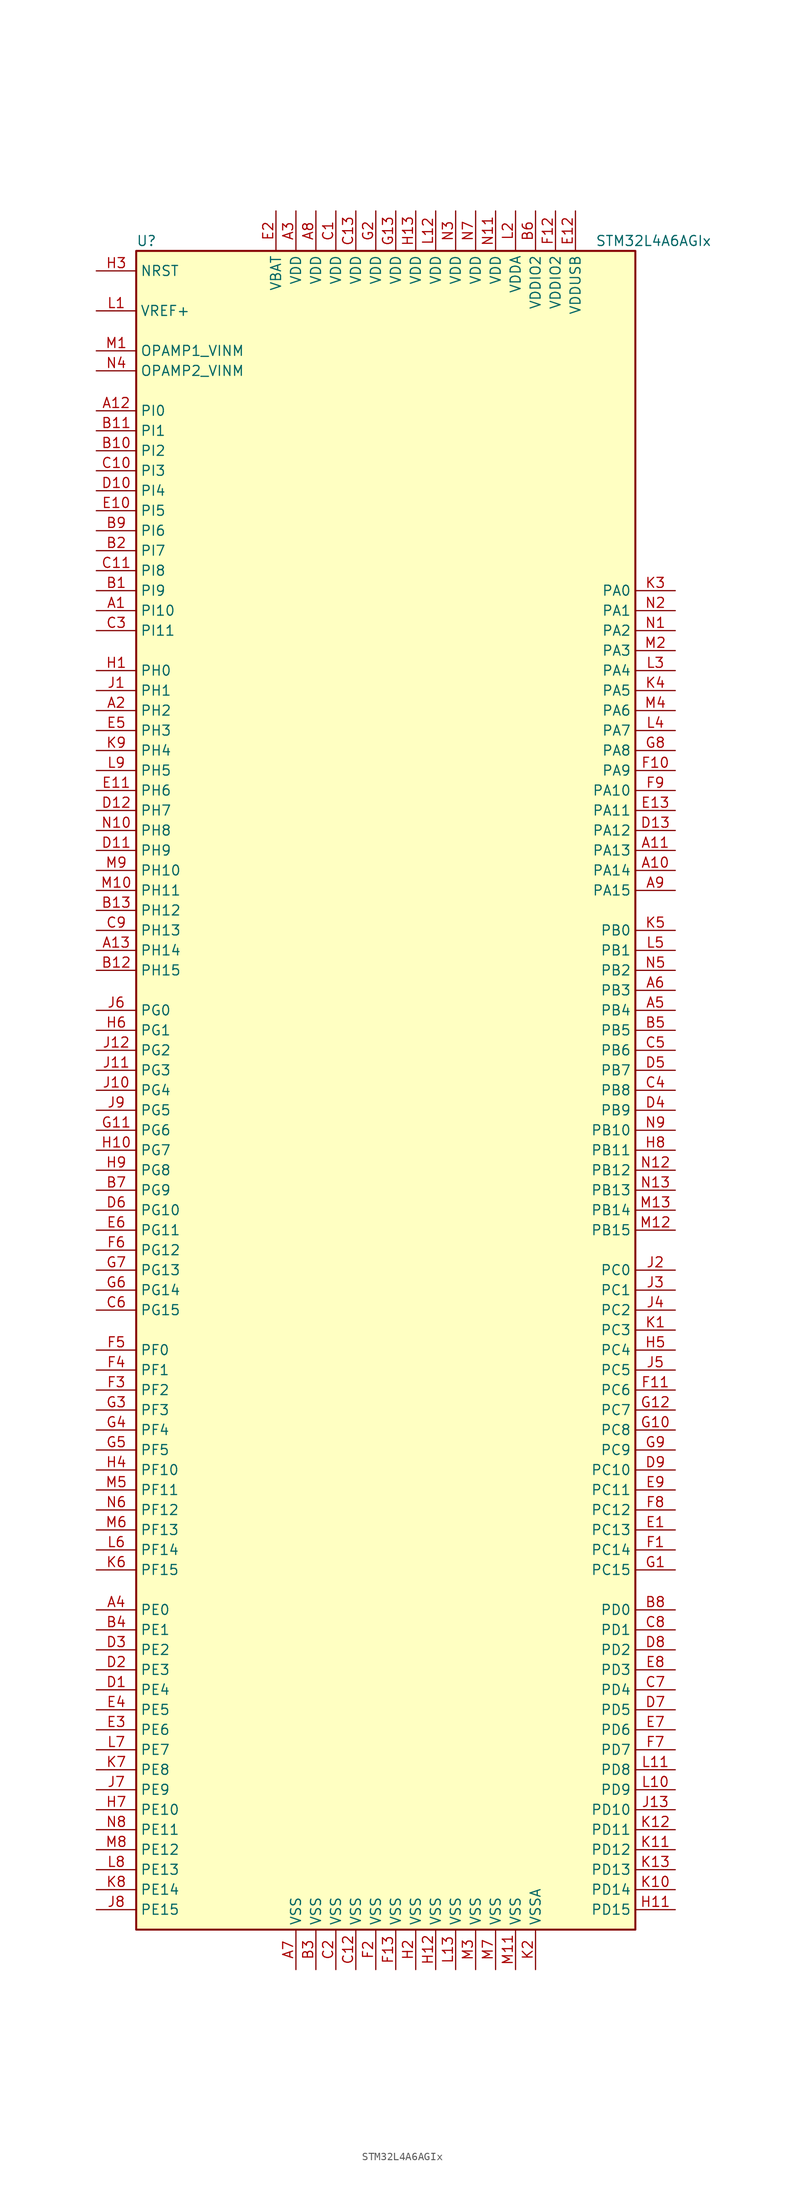
<source format=kicad_sym>
(kicad_symbol_lib
  (version 20201005)
  (generator kicad_symbol_editor)
  (symbol "STM32L4A6AGIx"
    (property "Reference" "U"
      (at -33.02 107.95 0)
      (effects (font (size 1.27 1.27)) (justify left)))
    (property "Value" "STM32L4A6AGIx"
      (at 25.4 107.95 0)
      (effects (font (size 1.27 1.27)) (justify left)))
    (symbol "STM32L4A6AGIx_0_1"
      (rectangle (start -33.02 -106.68) (end 30.48 106.68) (stroke (width 0.254)) (fill (type background))))
    (symbol "STM32L4A6AGIx_1_1"
      (pin bidirectional line (at -38.1 60.96 0) (length 5.08) (name "PI10" (effects (font (size 1.27 1.27)))) (number "A1" (effects (font (size 1.27 1.27)))))
      (pin bidirectional line (at 35.56 27.94 180) (length 5.08) (name "PA14" (effects (font (size 1.27 1.27)))) (number "A10" (effects (font (size 1.27 1.27)))))
      (pin bidirectional line (at 35.56 30.48 180) (length 5.08) (name "PA13" (effects (font (size 1.27 1.27)))) (number "A11" (effects (font (size 1.27 1.27)))))
      (pin bidirectional line (at -38.1 86.36 0) (length 5.08) (name "PI0" (effects (font (size 1.27 1.27)))) (number "A12" (effects (font (size 1.27 1.27)))))
      (pin bidirectional line (at -38.1 17.78 0) (length 5.08) (name "PH14" (effects (font (size 1.27 1.27)))) (number "A13" (effects (font (size 1.27 1.27)))))
      (pin bidirectional line (at -38.1 48.26 0) (length 5.08) (name "PH2" (effects (font (size 1.27 1.27)))) (number "A2" (effects (font (size 1.27 1.27)))))
      (pin power_in line (at -12.7 111.76 270) (length 5.08) (name "VDD" (effects (font (size 1.27 1.27)))) (number "A3" (effects (font (size 1.27 1.27)))))
      (pin bidirectional line (at -38.1 -66.04 0) (length 5.08) (name "PE0" (effects (font (size 1.27 1.27)))) (number "A4" (effects (font (size 1.27 1.27)))))
      (pin bidirectional line (at 35.56 10.16 180) (length 5.08) (name "PB4" (effects (font (size 1.27 1.27)))) (number "A5" (effects (font (size 1.27 1.27)))))
      (pin bidirectional line (at 35.56 12.7 180) (length 5.08) (name "PB3" (effects (font (size 1.27 1.27)))) (number "A6" (effects (font (size 1.27 1.27)))))
      (pin power_in line (at -12.7 -111.76 90) (length 5.08) (name "VSS" (effects (font (size 1.27 1.27)))) (number "A7" (effects (font (size 1.27 1.27)))))
      (pin power_in line (at -10.16 111.76 270) (length 5.08) (name "VDD" (effects (font (size 1.27 1.27)))) (number "A8" (effects (font (size 1.27 1.27)))))
      (pin bidirectional line (at 35.56 25.4 180) (length 5.08) (name "PA15" (effects (font (size 1.27 1.27)))) (number "A9" (effects (font (size 1.27 1.27)))))
      (pin bidirectional line (at -38.1 63.5 0) (length 5.08) (name "PI9" (effects (font (size 1.27 1.27)))) (number "B1" (effects (font (size 1.27 1.27)))))
      (pin bidirectional line (at -38.1 81.28 0) (length 5.08) (name "PI2" (effects (font (size 1.27 1.27)))) (number "B10" (effects (font (size 1.27 1.27)))))
      (pin bidirectional line (at -38.1 83.82 0) (length 5.08) (name "PI1" (effects (font (size 1.27 1.27)))) (number "B11" (effects (font (size 1.27 1.27)))))
      (pin bidirectional line (at -38.1 15.24 0) (length 5.08) (name "PH15" (effects (font (size 1.27 1.27)))) (number "B12" (effects (font (size 1.27 1.27)))))
      (pin bidirectional line (at -38.1 22.86 0) (length 5.08) (name "PH12" (effects (font (size 1.27 1.27)))) (number "B13" (effects (font (size 1.27 1.27)))))
      (pin bidirectional line (at -38.1 68.58 0) (length 5.08) (name "PI7" (effects (font (size 1.27 1.27)))) (number "B2" (effects (font (size 1.27 1.27)))))
      (pin power_in line (at -10.16 -111.76 90) (length 5.08) (name "VSS" (effects (font (size 1.27 1.27)))) (number "B3" (effects (font (size 1.27 1.27)))))
      (pin bidirectional line (at -38.1 -68.58 0) (length 5.08) (name "PE1" (effects (font (size 1.27 1.27)))) (number "B4" (effects (font (size 1.27 1.27)))))
      (pin bidirectional line (at 35.56 7.62 180) (length 5.08) (name "PB5" (effects (font (size 1.27 1.27)))) (number "B5" (effects (font (size 1.27 1.27)))))
      (pin power_in line (at 17.78 111.76 270) (length 5.08) (name "VDDIO2" (effects (font (size 1.27 1.27)))) (number "B6" (effects (font (size 1.27 1.27)))))
      (pin bidirectional line (at -38.1 -12.7 0) (length 5.08) (name "PG9" (effects (font (size 1.27 1.27)))) (number "B7" (effects (font (size 1.27 1.27)))))
      (pin bidirectional line (at 35.56 -66.04 180) (length 5.08) (name "PD0" (effects (font (size 1.27 1.27)))) (number "B8" (effects (font (size 1.27 1.27)))))
      (pin bidirectional line (at -38.1 71.12 0) (length 5.08) (name "PI6" (effects (font (size 1.27 1.27)))) (number "B9" (effects (font (size 1.27 1.27)))))
      (pin power_in line (at -7.62 111.76 270) (length 5.08) (name "VDD" (effects (font (size 1.27 1.27)))) (number "C1" (effects (font (size 1.27 1.27)))))
      (pin bidirectional line (at -38.1 78.74 0) (length 5.08) (name "PI3" (effects (font (size 1.27 1.27)))) (number "C10" (effects (font (size 1.27 1.27)))))
      (pin bidirectional line (at -38.1 66.04 0) (length 5.08) (name "PI8" (effects (font (size 1.27 1.27)))) (number "C11" (effects (font (size 1.27 1.27)))))
      (pin power_in line (at -5.08 -111.76 90) (length 5.08) (name "VSS" (effects (font (size 1.27 1.27)))) (number "C12" (effects (font (size 1.27 1.27)))))
      (pin power_in line (at -5.08 111.76 270) (length 5.08) (name "VDD" (effects (font (size 1.27 1.27)))) (number "C13" (effects (font (size 1.27 1.27)))))
      (pin power_in line (at -7.62 -111.76 90) (length 5.08) (name "VSS" (effects (font (size 1.27 1.27)))) (number "C2" (effects (font (size 1.27 1.27)))))
      (pin bidirectional line (at -38.1 58.42 0) (length 5.08) (name "PI11" (effects (font (size 1.27 1.27)))) (number "C3" (effects (font (size 1.27 1.27)))))
      (pin bidirectional line (at 35.56 0 180) (length 5.08) (name "PB8" (effects (font (size 1.27 1.27)))) (number "C4" (effects (font (size 1.27 1.27)))))
      (pin bidirectional line (at 35.56 5.08 180) (length 5.08) (name "PB6" (effects (font (size 1.27 1.27)))) (number "C5" (effects (font (size 1.27 1.27)))))
      (pin bidirectional line (at -38.1 -27.94 0) (length 5.08) (name "PG15" (effects (font (size 1.27 1.27)))) (number "C6" (effects (font (size 1.27 1.27)))))
      (pin bidirectional line (at 35.56 -76.2 180) (length 5.08) (name "PD4" (effects (font (size 1.27 1.27)))) (number "C7" (effects (font (size 1.27 1.27)))))
      (pin bidirectional line (at 35.56 -68.58 180) (length 5.08) (name "PD1" (effects (font (size 1.27 1.27)))) (number "C8" (effects (font (size 1.27 1.27)))))
      (pin bidirectional line (at -38.1 20.32 0) (length 5.08) (name "PH13" (effects (font (size 1.27 1.27)))) (number "C9" (effects (font (size 1.27 1.27)))))
      (pin bidirectional line (at -38.1 -76.2 0) (length 5.08) (name "PE4" (effects (font (size 1.27 1.27)))) (number "D1" (effects (font (size 1.27 1.27)))))
      (pin bidirectional line (at -38.1 76.2 0) (length 5.08) (name "PI4" (effects (font (size 1.27 1.27)))) (number "D10" (effects (font (size 1.27 1.27)))))
      (pin bidirectional line (at -38.1 30.48 0) (length 5.08) (name "PH9" (effects (font (size 1.27 1.27)))) (number "D11" (effects (font (size 1.27 1.27)))))
      (pin bidirectional line (at -38.1 35.56 0) (length 5.08) (name "PH7" (effects (font (size 1.27 1.27)))) (number "D12" (effects (font (size 1.27 1.27)))))
      (pin bidirectional line (at 35.56 33.02 180) (length 5.08) (name "PA12" (effects (font (size 1.27 1.27)))) (number "D13" (effects (font (size 1.27 1.27)))))
      (pin bidirectional line (at -38.1 -73.66 0) (length 5.08) (name "PE3" (effects (font (size 1.27 1.27)))) (number "D2" (effects (font (size 1.27 1.27)))))
      (pin bidirectional line (at -38.1 -71.12 0) (length 5.08) (name "PE2" (effects (font (size 1.27 1.27)))) (number "D3" (effects (font (size 1.27 1.27)))))
      (pin bidirectional line (at 35.56 -2.54 180) (length 5.08) (name "PB9" (effects (font (size 1.27 1.27)))) (number "D4" (effects (font (size 1.27 1.27)))))
      (pin bidirectional line (at 35.56 2.54 180) (length 5.08) (name "PB7" (effects (font (size 1.27 1.27)))) (number "D5" (effects (font (size 1.27 1.27)))))
      (pin bidirectional line (at -38.1 -15.24 0) (length 5.08) (name "PG10" (effects (font (size 1.27 1.27)))) (number "D6" (effects (font (size 1.27 1.27)))))
      (pin bidirectional line (at 35.56 -78.74 180) (length 5.08) (name "PD5" (effects (font (size 1.27 1.27)))) (number "D7" (effects (font (size 1.27 1.27)))))
      (pin bidirectional line (at 35.56 -71.12 180) (length 5.08) (name "PD2" (effects (font (size 1.27 1.27)))) (number "D8" (effects (font (size 1.27 1.27)))))
      (pin bidirectional line (at 35.56 -48.26 180) (length 5.08) (name "PC10" (effects (font (size 1.27 1.27)))) (number "D9" (effects (font (size 1.27 1.27)))))
      (pin bidirectional line (at 35.56 -55.88 180) (length 5.08) (name "PC13" (effects (font (size 1.27 1.27)))) (number "E1" (effects (font (size 1.27 1.27)))))
      (pin bidirectional line (at -38.1 73.66 0) (length 5.08) (name "PI5" (effects (font (size 1.27 1.27)))) (number "E10" (effects (font (size 1.27 1.27)))))
      (pin bidirectional line (at -38.1 38.1 0) (length 5.08) (name "PH6" (effects (font (size 1.27 1.27)))) (number "E11" (effects (font (size 1.27 1.27)))))
      (pin power_in line (at 22.86 111.76 270) (length 5.08) (name "VDDUSB" (effects (font (size 1.27 1.27)))) (number "E12" (effects (font (size 1.27 1.27)))))
      (pin bidirectional line (at 35.56 35.56 180) (length 5.08) (name "PA11" (effects (font (size 1.27 1.27)))) (number "E13" (effects (font (size 1.27 1.27)))))
      (pin power_in line (at -15.24 111.76 270) (length 5.08) (name "VBAT" (effects (font (size 1.27 1.27)))) (number "E2" (effects (font (size 1.27 1.27)))))
      (pin bidirectional line (at -38.1 -81.28 0) (length 5.08) (name "PE6" (effects (font (size 1.27 1.27)))) (number "E3" (effects (font (size 1.27 1.27)))))
      (pin bidirectional line (at -38.1 -78.74 0) (length 5.08) (name "PE5" (effects (font (size 1.27 1.27)))) (number "E4" (effects (font (size 1.27 1.27)))))
      (pin bidirectional line (at -38.1 45.72 0) (length 5.08) (name "PH3" (effects (font (size 1.27 1.27)))) (number "E5" (effects (font (size 1.27 1.27)))))
      (pin bidirectional line (at -38.1 -17.78 0) (length 5.08) (name "PG11" (effects (font (size 1.27 1.27)))) (number "E6" (effects (font (size 1.27 1.27)))))
      (pin bidirectional line (at 35.56 -81.28 180) (length 5.08) (name "PD6" (effects (font (size 1.27 1.27)))) (number "E7" (effects (font (size 1.27 1.27)))))
      (pin bidirectional line (at 35.56 -73.66 180) (length 5.08) (name "PD3" (effects (font (size 1.27 1.27)))) (number "E8" (effects (font (size 1.27 1.27)))))
      (pin bidirectional line (at 35.56 -50.8 180) (length 5.08) (name "PC11" (effects (font (size 1.27 1.27)))) (number "E9" (effects (font (size 1.27 1.27)))))
      (pin bidirectional line (at 35.56 -58.42 180) (length 5.08) (name "PC14" (effects (font (size 1.27 1.27)))) (number "F1" (effects (font (size 1.27 1.27)))))
      (pin bidirectional line (at 35.56 40.64 180) (length 5.08) (name "PA9" (effects (font (size 1.27 1.27)))) (number "F10" (effects (font (size 1.27 1.27)))))
      (pin bidirectional line (at 35.56 -38.1 180) (length 5.08) (name "PC6" (effects (font (size 1.27 1.27)))) (number "F11" (effects (font (size 1.27 1.27)))))
      (pin power_in line (at 20.32 111.76 270) (length 5.08) (name "VDDIO2" (effects (font (size 1.27 1.27)))) (number "F12" (effects (font (size 1.27 1.27)))))
      (pin power_in line (at 0 -111.76 90) (length 5.08) (name "VSS" (effects (font (size 1.27 1.27)))) (number "F13" (effects (font (size 1.27 1.27)))))
      (pin power_in line (at -2.54 -111.76 90) (length 5.08) (name "VSS" (effects (font (size 1.27 1.27)))) (number "F2" (effects (font (size 1.27 1.27)))))
      (pin bidirectional line (at -38.1 -38.1 0) (length 5.08) (name "PF2" (effects (font (size 1.27 1.27)))) (number "F3" (effects (font (size 1.27 1.27)))))
      (pin bidirectional line (at -38.1 -35.56 0) (length 5.08) (name "PF1" (effects (font (size 1.27 1.27)))) (number "F4" (effects (font (size 1.27 1.27)))))
      (pin bidirectional line (at -38.1 -33.02 0) (length 5.08) (name "PF0" (effects (font (size 1.27 1.27)))) (number "F5" (effects (font (size 1.27 1.27)))))
      (pin bidirectional line (at -38.1 -20.32 0) (length 5.08) (name "PG12" (effects (font (size 1.27 1.27)))) (number "F6" (effects (font (size 1.27 1.27)))))
      (pin bidirectional line (at 35.56 -83.82 180) (length 5.08) (name "PD7" (effects (font (size 1.27 1.27)))) (number "F7" (effects (font (size 1.27 1.27)))))
      (pin bidirectional line (at 35.56 -53.34 180) (length 5.08) (name "PC12" (effects (font (size 1.27 1.27)))) (number "F8" (effects (font (size 1.27 1.27)))))
      (pin bidirectional line (at 35.56 38.1 180) (length 5.08) (name "PA10" (effects (font (size 1.27 1.27)))) (number "F9" (effects (font (size 1.27 1.27)))))
      (pin bidirectional line (at 35.56 -60.96 180) (length 5.08) (name "PC15" (effects (font (size 1.27 1.27)))) (number "G1" (effects (font (size 1.27 1.27)))))
      (pin bidirectional line (at 35.56 -43.18 180) (length 5.08) (name "PC8" (effects (font (size 1.27 1.27)))) (number "G10" (effects (font (size 1.27 1.27)))))
      (pin bidirectional line (at -38.1 -5.08 0) (length 5.08) (name "PG6" (effects (font (size 1.27 1.27)))) (number "G11" (effects (font (size 1.27 1.27)))))
      (pin bidirectional line (at 35.56 -40.64 180) (length 5.08) (name "PC7" (effects (font (size 1.27 1.27)))) (number "G12" (effects (font (size 1.27 1.27)))))
      (pin power_in line (at 0 111.76 270) (length 5.08) (name "VDD" (effects (font (size 1.27 1.27)))) (number "G13" (effects (font (size 1.27 1.27)))))
      (pin power_in line (at -2.54 111.76 270) (length 5.08) (name "VDD" (effects (font (size 1.27 1.27)))) (number "G2" (effects (font (size 1.27 1.27)))))
      (pin bidirectional line (at -38.1 -40.64 0) (length 5.08) (name "PF3" (effects (font (size 1.27 1.27)))) (number "G3" (effects (font (size 1.27 1.27)))))
      (pin bidirectional line (at -38.1 -43.18 0) (length 5.08) (name "PF4" (effects (font (size 1.27 1.27)))) (number "G4" (effects (font (size 1.27 1.27)))))
      (pin bidirectional line (at -38.1 -45.72 0) (length 5.08) (name "PF5" (effects (font (size 1.27 1.27)))) (number "G5" (effects (font (size 1.27 1.27)))))
      (pin bidirectional line (at -38.1 -25.4 0) (length 5.08) (name "PG14" (effects (font (size 1.27 1.27)))) (number "G6" (effects (font (size 1.27 1.27)))))
      (pin bidirectional line (at -38.1 -22.86 0) (length 5.08) (name "PG13" (effects (font (size 1.27 1.27)))) (number "G7" (effects (font (size 1.27 1.27)))))
      (pin bidirectional line (at 35.56 43.18 180) (length 5.08) (name "PA8" (effects (font (size 1.27 1.27)))) (number "G8" (effects (font (size 1.27 1.27)))))
      (pin bidirectional line (at 35.56 -45.72 180) (length 5.08) (name "PC9" (effects (font (size 1.27 1.27)))) (number "G9" (effects (font (size 1.27 1.27)))))
      (pin input line (at -38.1 53.34 0) (length 5.08) (name "PH0" (effects (font (size 1.27 1.27)))) (number "H1" (effects (font (size 1.27 1.27)))))
      (pin bidirectional line (at -38.1 -7.62 0) (length 5.08) (name "PG7" (effects (font (size 1.27 1.27)))) (number "H10" (effects (font (size 1.27 1.27)))))
      (pin bidirectional line (at 35.56 -104.14 180) (length 5.08) (name "PD15" (effects (font (size 1.27 1.27)))) (number "H11" (effects (font (size 1.27 1.27)))))
      (pin power_in line (at 5.08 -111.76 90) (length 5.08) (name "VSS" (effects (font (size 1.27 1.27)))) (number "H12" (effects (font (size 1.27 1.27)))))
      (pin power_in line (at 2.54 111.76 270) (length 5.08) (name "VDD" (effects (font (size 1.27 1.27)))) (number "H13" (effects (font (size 1.27 1.27)))))
      (pin power_in line (at 2.54 -111.76 90) (length 5.08) (name "VSS" (effects (font (size 1.27 1.27)))) (number "H2" (effects (font (size 1.27 1.27)))))
      (pin input line (at -38.1 104.14 0) (length 5.08) (name "NRST" (effects (font (size 1.27 1.27)))) (number "H3" (effects (font (size 1.27 1.27)))))
      (pin bidirectional line (at -38.1 -48.26 0) (length 5.08) (name "PF10" (effects (font (size 1.27 1.27)))) (number "H4" (effects (font (size 1.27 1.27)))))
      (pin bidirectional line (at 35.56 -33.02 180) (length 5.08) (name "PC4" (effects (font (size 1.27 1.27)))) (number "H5" (effects (font (size 1.27 1.27)))))
      (pin bidirectional line (at -38.1 7.62 0) (length 5.08) (name "PG1" (effects (font (size 1.27 1.27)))) (number "H6" (effects (font (size 1.27 1.27)))))
      (pin bidirectional line (at -38.1 -91.44 0) (length 5.08) (name "PE10" (effects (font (size 1.27 1.27)))) (number "H7" (effects (font (size 1.27 1.27)))))
      (pin bidirectional line (at 35.56 -7.62 180) (length 5.08) (name "PB11" (effects (font (size 1.27 1.27)))) (number "H8" (effects (font (size 1.27 1.27)))))
      (pin bidirectional line (at -38.1 -10.16 0) (length 5.08) (name "PG8" (effects (font (size 1.27 1.27)))) (number "H9" (effects (font (size 1.27 1.27)))))
      (pin input line (at -38.1 50.8 0) (length 5.08) (name "PH1" (effects (font (size 1.27 1.27)))) (number "J1" (effects (font (size 1.27 1.27)))))
      (pin bidirectional line (at -38.1 0 0) (length 5.08) (name "PG4" (effects (font (size 1.27 1.27)))) (number "J10" (effects (font (size 1.27 1.27)))))
      (pin bidirectional line (at -38.1 2.54 0) (length 5.08) (name "PG3" (effects (font (size 1.27 1.27)))) (number "J11" (effects (font (size 1.27 1.27)))))
      (pin bidirectional line (at -38.1 5.08 0) (length 5.08) (name "PG2" (effects (font (size 1.27 1.27)))) (number "J12" (effects (font (size 1.27 1.27)))))
      (pin bidirectional line (at 35.56 -91.44 180) (length 5.08) (name "PD10" (effects (font (size 1.27 1.27)))) (number "J13" (effects (font (size 1.27 1.27)))))
      (pin bidirectional line (at 35.56 -22.86 180) (length 5.08) (name "PC0" (effects (font (size 1.27 1.27)))) (number "J2" (effects (font (size 1.27 1.27)))))
      (pin bidirectional line (at 35.56 -25.4 180) (length 5.08) (name "PC1" (effects (font (size 1.27 1.27)))) (number "J3" (effects (font (size 1.27 1.27)))))
      (pin bidirectional line (at 35.56 -27.94 180) (length 5.08) (name "PC2" (effects (font (size 1.27 1.27)))) (number "J4" (effects (font (size 1.27 1.27)))))
      (pin bidirectional line (at 35.56 -35.56 180) (length 5.08) (name "PC5" (effects (font (size 1.27 1.27)))) (number "J5" (effects (font (size 1.27 1.27)))))
      (pin bidirectional line (at -38.1 10.16 0) (length 5.08) (name "PG0" (effects (font (size 1.27 1.27)))) (number "J6" (effects (font (size 1.27 1.27)))))
      (pin bidirectional line (at -38.1 -88.9 0) (length 5.08) (name "PE9" (effects (font (size 1.27 1.27)))) (number "J7" (effects (font (size 1.27 1.27)))))
      (pin bidirectional line (at -38.1 -104.14 0) (length 5.08) (name "PE15" (effects (font (size 1.27 1.27)))) (number "J8" (effects (font (size 1.27 1.27)))))
      (pin bidirectional line (at -38.1 -2.54 0) (length 5.08) (name "PG5" (effects (font (size 1.27 1.27)))) (number "J9" (effects (font (size 1.27 1.27)))))
      (pin bidirectional line (at 35.56 -30.48 180) (length 5.08) (name "PC3" (effects (font (size 1.27 1.27)))) (number "K1" (effects (font (size 1.27 1.27)))))
      (pin bidirectional line (at 35.56 -101.6 180) (length 5.08) (name "PD14" (effects (font (size 1.27 1.27)))) (number "K10" (effects (font (size 1.27 1.27)))))
      (pin bidirectional line (at 35.56 -96.52 180) (length 5.08) (name "PD12" (effects (font (size 1.27 1.27)))) (number "K11" (effects (font (size 1.27 1.27)))))
      (pin bidirectional line (at 35.56 -93.98 180) (length 5.08) (name "PD11" (effects (font (size 1.27 1.27)))) (number "K12" (effects (font (size 1.27 1.27)))))
      (pin bidirectional line (at 35.56 -99.06 180) (length 5.08) (name "PD13" (effects (font (size 1.27 1.27)))) (number "K13" (effects (font (size 1.27 1.27)))))
      (pin power_in line (at 17.78 -111.76 90) (length 5.08) (name "VSSA" (effects (font (size 1.27 1.27)))) (number "K2" (effects (font (size 1.27 1.27)))))
      (pin bidirectional line (at 35.56 63.5 180) (length 5.08) (name "PA0" (effects (font (size 1.27 1.27)))) (number "K3" (effects (font (size 1.27 1.27)))))
      (pin bidirectional line (at 35.56 50.8 180) (length 5.08) (name "PA5" (effects (font (size 1.27 1.27)))) (number "K4" (effects (font (size 1.27 1.27)))))
      (pin bidirectional line (at 35.56 20.32 180) (length 5.08) (name "PB0" (effects (font (size 1.27 1.27)))) (number "K5" (effects (font (size 1.27 1.27)))))
      (pin bidirectional line (at -38.1 -60.96 0) (length 5.08) (name "PF15" (effects (font (size 1.27 1.27)))) (number "K6" (effects (font (size 1.27 1.27)))))
      (pin bidirectional line (at -38.1 -86.36 0) (length 5.08) (name "PE8" (effects (font (size 1.27 1.27)))) (number "K7" (effects (font (size 1.27 1.27)))))
      (pin bidirectional line (at -38.1 -101.6 0) (length 5.08) (name "PE14" (effects (font (size 1.27 1.27)))) (number "K8" (effects (font (size 1.27 1.27)))))
      (pin bidirectional line (at -38.1 43.18 0) (length 5.08) (name "PH4" (effects (font (size 1.27 1.27)))) (number "K9" (effects (font (size 1.27 1.27)))))
      (pin bidirectional line (at -38.1 99.06 0) (length 5.08) (name "VREF+" (effects (font (size 1.27 1.27)))) (number "L1" (effects (font (size 1.27 1.27)))))
      (pin bidirectional line (at 35.56 -88.9 180) (length 5.08) (name "PD9" (effects (font (size 1.27 1.27)))) (number "L10" (effects (font (size 1.27 1.27)))))
      (pin bidirectional line (at 35.56 -86.36 180) (length 5.08) (name "PD8" (effects (font (size 1.27 1.27)))) (number "L11" (effects (font (size 1.27 1.27)))))
      (pin power_in line (at 5.08 111.76 270) (length 5.08) (name "VDD" (effects (font (size 1.27 1.27)))) (number "L12" (effects (font (size 1.27 1.27)))))
      (pin power_in line (at 7.62 -111.76 90) (length 5.08) (name "VSS" (effects (font (size 1.27 1.27)))) (number "L13" (effects (font (size 1.27 1.27)))))
      (pin power_in line (at 15.24 111.76 270) (length 5.08) (name "VDDA" (effects (font (size 1.27 1.27)))) (number "L2" (effects (font (size 1.27 1.27)))))
      (pin bidirectional line (at 35.56 53.34 180) (length 5.08) (name "PA4" (effects (font (size 1.27 1.27)))) (number "L3" (effects (font (size 1.27 1.27)))))
      (pin bidirectional line (at 35.56 45.72 180) (length 5.08) (name "PA7" (effects (font (size 1.27 1.27)))) (number "L4" (effects (font (size 1.27 1.27)))))
      (pin bidirectional line (at 35.56 17.78 180) (length 5.08) (name "PB1" (effects (font (size 1.27 1.27)))) (number "L5" (effects (font (size 1.27 1.27)))))
      (pin bidirectional line (at -38.1 -58.42 0) (length 5.08) (name "PF14" (effects (font (size 1.27 1.27)))) (number "L6" (effects (font (size 1.27 1.27)))))
      (pin bidirectional line (at -38.1 -83.82 0) (length 5.08) (name "PE7" (effects (font (size 1.27 1.27)))) (number "L7" (effects (font (size 1.27 1.27)))))
      (pin bidirectional line (at -38.1 -99.06 0) (length 5.08) (name "PE13" (effects (font (size 1.27 1.27)))) (number "L8" (effects (font (size 1.27 1.27)))))
      (pin bidirectional line (at -38.1 40.64 0) (length 5.08) (name "PH5" (effects (font (size 1.27 1.27)))) (number "L9" (effects (font (size 1.27 1.27)))))
      (pin bidirectional line (at -38.1 93.98 0) (length 5.08) (name "OPAMP1_VINM" (effects (font (size 1.27 1.27)))) (number "M1" (effects (font (size 1.27 1.27)))))
      (pin bidirectional line (at -38.1 25.4 0) (length 5.08) (name "PH11" (effects (font (size 1.27 1.27)))) (number "M10" (effects (font (size 1.27 1.27)))))
      (pin power_in line (at 15.24 -111.76 90) (length 5.08) (name "VSS" (effects (font (size 1.27 1.27)))) (number "M11" (effects (font (size 1.27 1.27)))))
      (pin bidirectional line (at 35.56 -17.78 180) (length 5.08) (name "PB15" (effects (font (size 1.27 1.27)))) (number "M12" (effects (font (size 1.27 1.27)))))
      (pin bidirectional line (at 35.56 -15.24 180) (length 5.08) (name "PB14" (effects (font (size 1.27 1.27)))) (number "M13" (effects (font (size 1.27 1.27)))))
      (pin bidirectional line (at 35.56 55.88 180) (length 5.08) (name "PA3" (effects (font (size 1.27 1.27)))) (number "M2" (effects (font (size 1.27 1.27)))))
      (pin power_in line (at 10.16 -111.76 90) (length 5.08) (name "VSS" (effects (font (size 1.27 1.27)))) (number "M3" (effects (font (size 1.27 1.27)))))
      (pin bidirectional line (at 35.56 48.26 180) (length 5.08) (name "PA6" (effects (font (size 1.27 1.27)))) (number "M4" (effects (font (size 1.27 1.27)))))
      (pin bidirectional line (at -38.1 -50.8 0) (length 5.08) (name "PF11" (effects (font (size 1.27 1.27)))) (number "M5" (effects (font (size 1.27 1.27)))))
      (pin bidirectional line (at -38.1 -55.88 0) (length 5.08) (name "PF13" (effects (font (size 1.27 1.27)))) (number "M6" (effects (font (size 1.27 1.27)))))
      (pin power_in line (at 12.7 -111.76 90) (length 5.08) (name "VSS" (effects (font (size 1.27 1.27)))) (number "M7" (effects (font (size 1.27 1.27)))))
      (pin bidirectional line (at -38.1 -96.52 0) (length 5.08) (name "PE12" (effects (font (size 1.27 1.27)))) (number "M8" (effects (font (size 1.27 1.27)))))
      (pin bidirectional line (at -38.1 27.94 0) (length 5.08) (name "PH10" (effects (font (size 1.27 1.27)))) (number "M9" (effects (font (size 1.27 1.27)))))
      (pin bidirectional line (at 35.56 58.42 180) (length 5.08) (name "PA2" (effects (font (size 1.27 1.27)))) (number "N1" (effects (font (size 1.27 1.27)))))
      (pin bidirectional line (at -38.1 33.02 0) (length 5.08) (name "PH8" (effects (font (size 1.27 1.27)))) (number "N10" (effects (font (size 1.27 1.27)))))
      (pin power_in line (at 12.7 111.76 270) (length 5.08) (name "VDD" (effects (font (size 1.27 1.27)))) (number "N11" (effects (font (size 1.27 1.27)))))
      (pin bidirectional line (at 35.56 -10.16 180) (length 5.08) (name "PB12" (effects (font (size 1.27 1.27)))) (number "N12" (effects (font (size 1.27 1.27)))))
      (pin bidirectional line (at 35.56 -12.7 180) (length 5.08) (name "PB13" (effects (font (size 1.27 1.27)))) (number "N13" (effects (font (size 1.27 1.27)))))
      (pin bidirectional line (at 35.56 60.96 180) (length 5.08) (name "PA1" (effects (font (size 1.27 1.27)))) (number "N2" (effects (font (size 1.27 1.27)))))
      (pin power_in line (at 7.62 111.76 270) (length 5.08) (name "VDD" (effects (font (size 1.27 1.27)))) (number "N3" (effects (font (size 1.27 1.27)))))
      (pin bidirectional line (at -38.1 91.44 0) (length 5.08) (name "OPAMP2_VINM" (effects (font (size 1.27 1.27)))) (number "N4" (effects (font (size 1.27 1.27)))))
      (pin bidirectional line (at 35.56 15.24 180) (length 5.08) (name "PB2" (effects (font (size 1.27 1.27)))) (number "N5" (effects (font (size 1.27 1.27)))))
      (pin bidirectional line (at -38.1 -53.34 0) (length 5.08) (name "PF12" (effects (font (size 1.27 1.27)))) (number "N6" (effects (font (size 1.27 1.27)))))
      (pin power_in line (at 10.16 111.76 270) (length 5.08) (name "VDD" (effects (font (size 1.27 1.27)))) (number "N7" (effects (font (size 1.27 1.27)))))
      (pin bidirectional line (at -38.1 -93.98 0) (length 5.08) (name "PE11" (effects (font (size 1.27 1.27)))) (number "N8" (effects (font (size 1.27 1.27)))))
      (pin bidirectional line (at 35.56 -5.08 180) (length 5.08) (name "PB10" (effects (font (size 1.27 1.27)))) (number "N9" (effects (font (size 1.27 1.27))))))))
</source>
